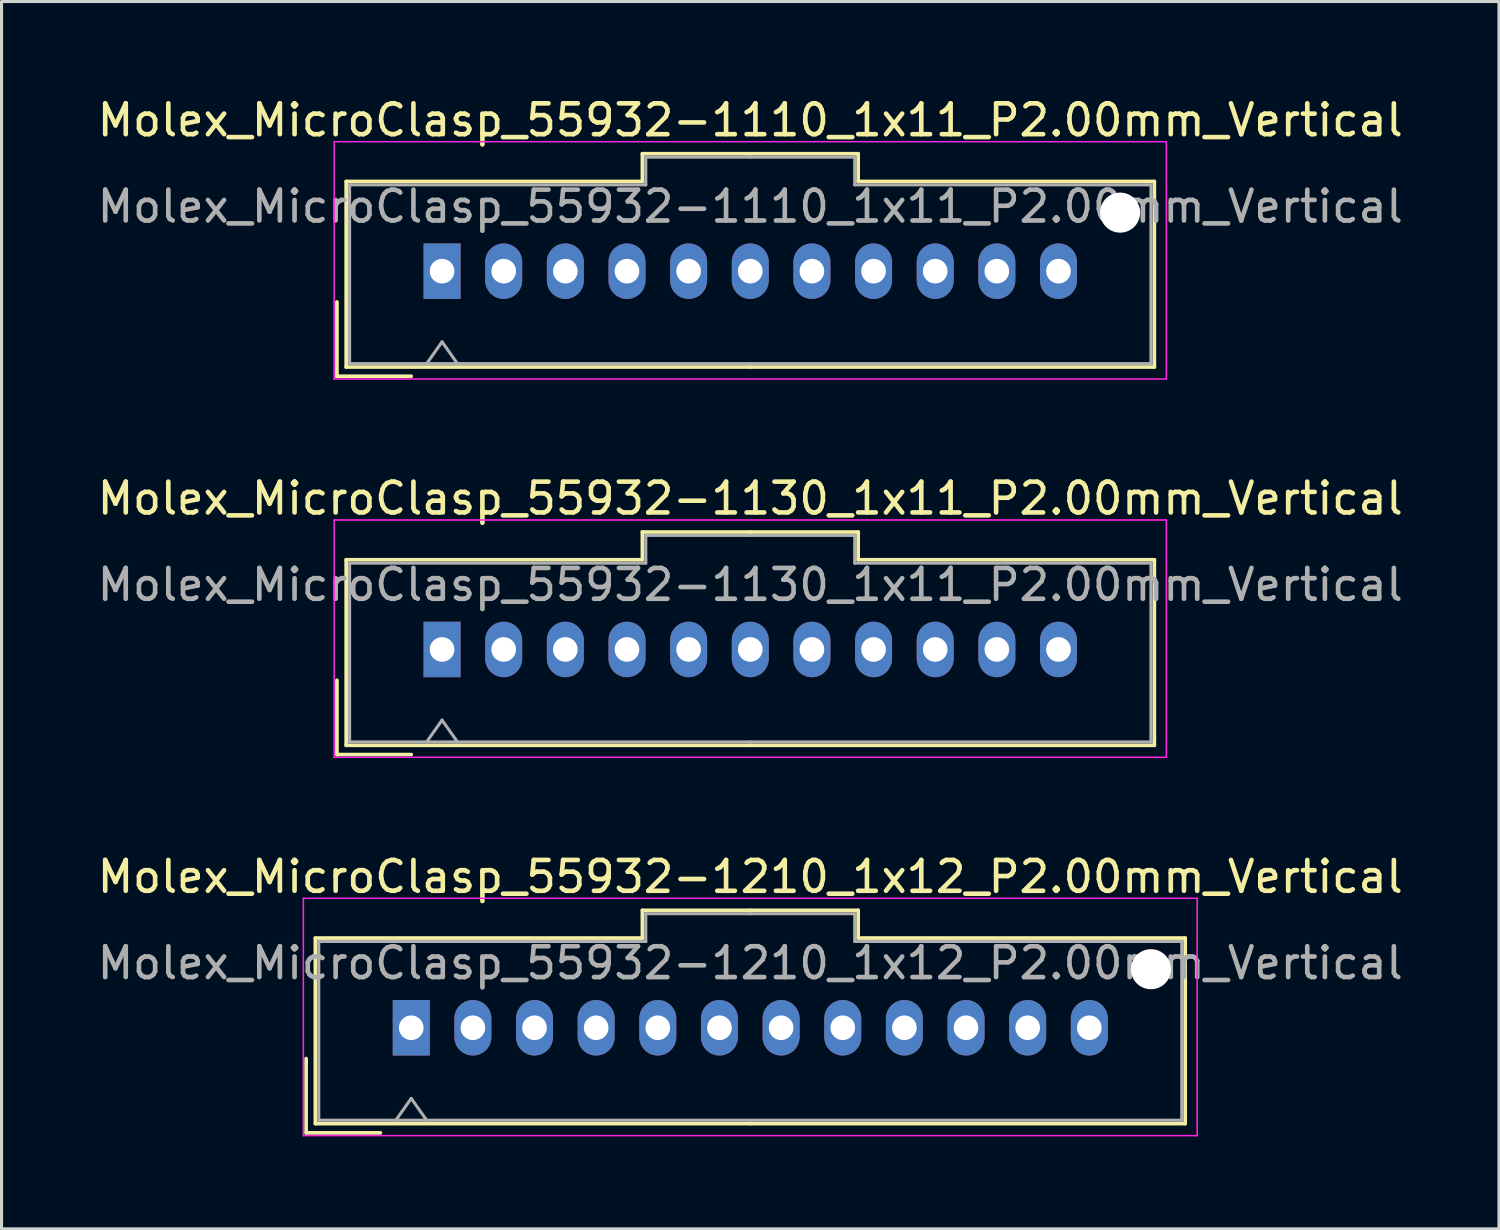
<source format=kicad_pcb>
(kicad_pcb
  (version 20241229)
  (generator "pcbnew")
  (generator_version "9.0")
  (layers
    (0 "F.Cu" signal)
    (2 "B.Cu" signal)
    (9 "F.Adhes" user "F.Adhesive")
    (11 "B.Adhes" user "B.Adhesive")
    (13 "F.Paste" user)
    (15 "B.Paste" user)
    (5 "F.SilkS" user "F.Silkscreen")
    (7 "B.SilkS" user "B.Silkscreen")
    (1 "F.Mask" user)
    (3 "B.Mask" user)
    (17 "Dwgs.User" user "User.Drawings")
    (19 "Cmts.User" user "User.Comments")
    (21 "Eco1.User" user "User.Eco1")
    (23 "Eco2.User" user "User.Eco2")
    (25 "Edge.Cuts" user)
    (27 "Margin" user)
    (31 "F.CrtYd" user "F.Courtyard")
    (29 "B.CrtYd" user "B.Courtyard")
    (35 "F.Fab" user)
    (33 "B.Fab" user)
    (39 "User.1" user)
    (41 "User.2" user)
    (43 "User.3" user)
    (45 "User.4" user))
  (footprint "Molex_MicroClasp_55932-1210_1x12_P2.00mm_Vertical"
    (layer "F.Cu")
    (at 10.292 30.295)
    (property "Reference" "Molex_MicroClasp_55932-1210_1x12_P2.00mm_Vertical" (at 11 -4.9 0) (layer "F.SilkS") (effects (font (size 1 1) (thickness 0.15))))
    (attr through_hole)
    (fp_line (start -3.41 1) (end -3.41 3.41) (stroke (width 0.12) (type solid)) (layer "F.SilkS"))
    (fp_line (start -3.41 3.41) (end -1 3.41) (stroke (width 0.12) (type solid)) (layer "F.SilkS"))
    (fp_line (start -3.11 -2.91) (end -3.11 3.11) (stroke (width 0.12) (type solid)) (layer "F.SilkS"))
    (fp_line (start -3.11 3.11) (end 11 3.11) (stroke (width 0.12) (type solid)) (layer "F.SilkS"))
    (fp_line (start 7.5 -3.81) (end 7.5 -2.91) (stroke (width 0.12) (type solid)) (layer "F.SilkS"))
    (fp_line (start 7.5 -2.91) (end -3.11 -2.91) (stroke (width 0.12) (type solid)) (layer "F.SilkS"))
    (fp_line (start 11 -3.81) (end 7.5 -3.81) (stroke (width 0.12) (type solid)) (layer "F.SilkS"))
    (fp_line (start 11 -3.81) (end 14.5 -3.81) (stroke (width 0.12) (type solid)) (layer "F.SilkS"))
    (fp_line (start 14.5 -3.81) (end 14.5 -2.91) (stroke (width 0.12) (type solid)) (layer "F.SilkS"))
    (fp_line (start 14.5 -2.91) (end 25.11 -2.91) (stroke (width 0.12) (type solid)) (layer "F.SilkS"))
    (fp_line (start 25.11 -2.91) (end 25.11 3.11) (stroke (width 0.12) (type solid)) (layer "F.SilkS"))
    (fp_line (start 25.11 3.11) (end 11 3.11) (stroke (width 0.12) (type solid)) (layer "F.SilkS"))
    (fp_line (start -3.5 -4.2) (end -3.5 3.5) (stroke (width 0.05) (type solid)) (layer "F.CrtYd"))
    (fp_line (start -3.5 3.5) (end 25.5 3.5) (stroke (width 0.05) (type solid)) (layer "F.CrtYd"))
    (fp_line (start 25.5 -4.2) (end -3.5 -4.2) (stroke (width 0.05) (type solid)) (layer "F.CrtYd"))
    (fp_line (start 25.5 3.5) (end 25.5 -4.2) (stroke (width 0.05) (type solid)) (layer "F.CrtYd"))
    (fp_line (start -3 -2.8) (end -3 3) (stroke (width 0.1) (type solid)) (layer "F.Fab"))
    (fp_line (start -3 3) (end 11 3) (stroke (width 0.1) (type solid)) (layer "F.Fab"))
    (fp_line (start -0.5 3) (end 0 2.293) (stroke (width 0.1) (type solid)) (layer "F.Fab"))
    (fp_line (start 0 2.293) (end 0.5 3) (stroke (width 0.1) (type solid)) (layer "F.Fab"))
    (fp_line (start 7.61 -3.7) (end 7.61 -2.8) (stroke (width 0.1) (type solid)) (layer "F.Fab"))
    (fp_line (start 7.61 -2.8) (end -3 -2.8) (stroke (width 0.1) (type solid)) (layer "F.Fab"))
    (fp_line (start 11 -3.7) (end 7.61 -3.7) (stroke (width 0.1) (type solid)) (layer "F.Fab"))
    (fp_line (start 11 -3.7) (end 14.39 -3.7) (stroke (width 0.1) (type solid)) (layer "F.Fab"))
    (fp_line (start 14.39 -3.7) (end 14.39 -2.8) (stroke (width 0.1) (type solid)) (layer "F.Fab"))
    (fp_line (start 14.39 -2.8) (end 25 -2.8) (stroke (width 0.1) (type solid)) (layer "F.Fab"))
    (fp_line (start 25 -2.8) (end 25 3) (stroke (width 0.1) (type solid)) (layer "F.Fab"))
    (fp_line (start 25 3) (end 11 3) (stroke (width 0.1) (type solid)) (layer "F.Fab"))
    (fp_text user "${REFERENCE}" (at 11 -2.1 0) (layer "F.Fab") (effects (font (size 1 1) (thickness 0.15))))
    (pad "" np_thru_hole circle (at 24 -1.9) (size 1.3 1.3) (drill 1.3) (layers "*.Cu" "*.Mask"))
    (pad "1" thru_hole rect (at 0 0) (size 1.2 1.8) (drill 0.8) (layers "*.Cu" "*.Mask"))
    (pad "2" thru_hole oval (at 2 0) (size 1.2 1.8) (drill 0.8) (layers "*.Cu" "*.Mask"))
    (pad "3" thru_hole oval (at 4 0) (size 1.2 1.8) (drill 0.8) (layers "*.Cu" "*.Mask"))
    (pad "4" thru_hole oval (at 6 0) (size 1.2 1.8) (drill 0.8) (layers "*.Cu" "*.Mask"))
    (pad "5" thru_hole oval (at 8 0) (size 1.2 1.8) (drill 0.8) (layers "*.Cu" "*.Mask"))
    (pad "6" thru_hole oval (at 10 0) (size 1.2 1.8) (drill 0.8) (layers "*.Cu" "*.Mask"))
    (pad "7" thru_hole oval (at 12 0) (size 1.2 1.8) (drill 0.8) (layers "*.Cu" "*.Mask"))
    (pad "8" thru_hole oval (at 14 0) (size 1.2 1.8) (drill 0.8) (layers "*.Cu" "*.Mask"))
    (pad "9" thru_hole oval (at 16 0) (size 1.2 1.8) (drill 0.8) (layers "*.Cu" "*.Mask"))
    (pad "10" thru_hole oval (at 18 0) (size 1.2 1.8) (drill 0.8) (layers "*.Cu" "*.Mask"))
    (pad "11" thru_hole oval (at 20 0) (size 1.2 1.8) (drill 0.8) (layers "*.Cu" "*.Mask"))
    (pad "12" thru_hole oval (at 22 0) (size 1.2 1.8) (drill 0.8) (layers "*.Cu" "*.Mask")))
  (footprint "Molex_MicroClasp_55932-1110_1x11_P2.00mm_Vertical"
    (layer "F.Cu")
    (at 11.292 5.748)
    (property "Reference" "Molex_MicroClasp_55932-1110_1x11_P2.00mm_Vertical" (at 10 -4.9 0) (layer "F.SilkS") (effects (font (size 1 1) (thickness 0.15))))
    (attr through_hole)
    (fp_line (start -3.41 1) (end -3.41 3.41) (stroke (width 0.12) (type solid)) (layer "F.SilkS"))
    (fp_line (start -3.41 3.41) (end -1 3.41) (stroke (width 0.12) (type solid)) (layer "F.SilkS"))
    (fp_line (start -3.11 -2.91) (end -3.11 3.11) (stroke (width 0.12) (type solid)) (layer "F.SilkS"))
    (fp_line (start -3.11 3.11) (end 10 3.11) (stroke (width 0.12) (type solid)) (layer "F.SilkS"))
    (fp_line (start 6.5 -3.81) (end 6.5 -2.91) (stroke (width 0.12) (type solid)) (layer "F.SilkS"))
    (fp_line (start 6.5 -2.91) (end -3.11 -2.91) (stroke (width 0.12) (type solid)) (layer "F.SilkS"))
    (fp_line (start 10 -3.81) (end 6.5 -3.81) (stroke (width 0.12) (type solid)) (layer "F.SilkS"))
    (fp_line (start 10 -3.81) (end 13.5 -3.81) (stroke (width 0.12) (type solid)) (layer "F.SilkS"))
    (fp_line (start 13.5 -3.81) (end 13.5 -2.91) (stroke (width 0.12) (type solid)) (layer "F.SilkS"))
    (fp_line (start 13.5 -2.91) (end 23.11 -2.91) (stroke (width 0.12) (type solid)) (layer "F.SilkS"))
    (fp_line (start 23.11 -2.91) (end 23.11 3.11) (stroke (width 0.12) (type solid)) (layer "F.SilkS"))
    (fp_line (start 23.11 3.11) (end 10 3.11) (stroke (width 0.12) (type solid)) (layer "F.SilkS"))
    (fp_line (start -3.5 -4.2) (end -3.5 3.5) (stroke (width 0.05) (type solid)) (layer "F.CrtYd"))
    (fp_line (start -3.5 3.5) (end 23.5 3.5) (stroke (width 0.05) (type solid)) (layer "F.CrtYd"))
    (fp_line (start 23.5 -4.2) (end -3.5 -4.2) (stroke (width 0.05) (type solid)) (layer "F.CrtYd"))
    (fp_line (start 23.5 3.5) (end 23.5 -4.2) (stroke (width 0.05) (type solid)) (layer "F.CrtYd"))
    (fp_line (start -3 -2.8) (end -3 3) (stroke (width 0.1) (type solid)) (layer "F.Fab"))
    (fp_line (start -3 3) (end 10 3) (stroke (width 0.1) (type solid)) (layer "F.Fab"))
    (fp_line (start -0.5 3) (end 0 2.293) (stroke (width 0.1) (type solid)) (layer "F.Fab"))
    (fp_line (start 0 2.293) (end 0.5 3) (stroke (width 0.1) (type solid)) (layer "F.Fab"))
    (fp_line (start 6.61 -3.7) (end 6.61 -2.8) (stroke (width 0.1) (type solid)) (layer "F.Fab"))
    (fp_line (start 6.61 -2.8) (end -3 -2.8) (stroke (width 0.1) (type solid)) (layer "F.Fab"))
    (fp_line (start 10 -3.7) (end 6.61 -3.7) (stroke (width 0.1) (type solid)) (layer "F.Fab"))
    (fp_line (start 10 -3.7) (end 13.39 -3.7) (stroke (width 0.1) (type solid)) (layer "F.Fab"))
    (fp_line (start 13.39 -3.7) (end 13.39 -2.8) (stroke (width 0.1) (type solid)) (layer "F.Fab"))
    (fp_line (start 13.39 -2.8) (end 23 -2.8) (stroke (width 0.1) (type solid)) (layer "F.Fab"))
    (fp_line (start 23 -2.8) (end 23 3) (stroke (width 0.1) (type solid)) (layer "F.Fab"))
    (fp_line (start 23 3) (end 10 3) (stroke (width 0.1) (type solid)) (layer "F.Fab"))
    (fp_text user "${REFERENCE}" (at 10 -2.1 0) (layer "F.Fab") (effects (font (size 1 1) (thickness 0.15))))
    (pad "" np_thru_hole circle (at 22 -1.9) (size 1.3 1.3) (drill 1.3) (layers "*.Cu" "*.Mask"))
    (pad "1" thru_hole rect (at 0 0) (size 1.2 1.8) (drill 0.8) (layers "*.Cu" "*.Mask"))
    (pad "2" thru_hole oval (at 2 0) (size 1.2 1.8) (drill 0.8) (layers "*.Cu" "*.Mask"))
    (pad "3" thru_hole oval (at 4 0) (size 1.2 1.8) (drill 0.8) (layers "*.Cu" "*.Mask"))
    (pad "4" thru_hole oval (at 6 0) (size 1.2 1.8) (drill 0.8) (layers "*.Cu" "*.Mask"))
    (pad "5" thru_hole oval (at 8 0) (size 1.2 1.8) (drill 0.8) (layers "*.Cu" "*.Mask"))
    (pad "6" thru_hole oval (at 10 0) (size 1.2 1.8) (drill 0.8) (layers "*.Cu" "*.Mask"))
    (pad "7" thru_hole oval (at 12 0) (size 1.2 1.8) (drill 0.8) (layers "*.Cu" "*.Mask"))
    (pad "8" thru_hole oval (at 14 0) (size 1.2 1.8) (drill 0.8) (layers "*.Cu" "*.Mask"))
    (pad "9" thru_hole oval (at 16 0) (size 1.2 1.8) (drill 0.8) (layers "*.Cu" "*.Mask"))
    (pad "10" thru_hole oval (at 18 0) (size 1.2 1.8) (drill 0.8) (layers "*.Cu" "*.Mask"))
    (pad "11" thru_hole oval (at 20 0) (size 1.2 1.8) (drill 0.8) (layers "*.Cu" "*.Mask")))
  (footprint "Molex_MicroClasp_55932-1130_1x11_P2.00mm_Vertical"
    (layer "F.Cu")
    (at 11.292 18.021)
    (property "Reference" "Molex_MicroClasp_55932-1130_1x11_P2.00mm_Vertical" (at 10 -4.9 0) (layer "F.SilkS") (effects (font (size 1 1) (thickness 0.15))))
    (attr through_hole)
    (fp_line (start -3.41 1) (end -3.41 3.41) (stroke (width 0.12) (type solid)) (layer "F.SilkS"))
    (fp_line (start -3.41 3.41) (end -1 3.41) (stroke (width 0.12) (type solid)) (layer "F.SilkS"))
    (fp_line (start -3.11 -2.91) (end -3.11 3.11) (stroke (width 0.12) (type solid)) (layer "F.SilkS"))
    (fp_line (start -3.11 3.11) (end 10 3.11) (stroke (width 0.12) (type solid)) (layer "F.SilkS"))
    (fp_line (start 6.5 -3.81) (end 6.5 -2.91) (stroke (width 0.12) (type solid)) (layer "F.SilkS"))
    (fp_line (start 6.5 -2.91) (end -3.11 -2.91) (stroke (width 0.12) (type solid)) (layer "F.SilkS"))
    (fp_line (start 10 -3.81) (end 6.5 -3.81) (stroke (width 0.12) (type solid)) (layer "F.SilkS"))
    (fp_line (start 10 -3.81) (end 13.5 -3.81) (stroke (width 0.12) (type solid)) (layer "F.SilkS"))
    (fp_line (start 13.5 -3.81) (end 13.5 -2.91) (stroke (width 0.12) (type solid)) (layer "F.SilkS"))
    (fp_line (start 13.5 -2.91) (end 23.11 -2.91) (stroke (width 0.12) (type solid)) (layer "F.SilkS"))
    (fp_line (start 23.11 -2.91) (end 23.11 3.11) (stroke (width 0.12) (type solid)) (layer "F.SilkS"))
    (fp_line (start 23.11 3.11) (end 10 3.11) (stroke (width 0.12) (type solid)) (layer "F.SilkS"))
    (fp_line (start -3.5 -4.2) (end -3.5 3.5) (stroke (width 0.05) (type solid)) (layer "F.CrtYd"))
    (fp_line (start -3.5 3.5) (end 23.5 3.5) (stroke (width 0.05) (type solid)) (layer "F.CrtYd"))
    (fp_line (start 23.5 -4.2) (end -3.5 -4.2) (stroke (width 0.05) (type solid)) (layer "F.CrtYd"))
    (fp_line (start 23.5 3.5) (end 23.5 -4.2) (stroke (width 0.05) (type solid)) (layer "F.CrtYd"))
    (fp_line (start -3 -2.8) (end -3 3) (stroke (width 0.1) (type solid)) (layer "F.Fab"))
    (fp_line (start -3 3) (end 10 3) (stroke (width 0.1) (type solid)) (layer "F.Fab"))
    (fp_line (start -0.5 3) (end 0 2.293) (stroke (width 0.1) (type solid)) (layer "F.Fab"))
    (fp_line (start 0 2.293) (end 0.5 3) (stroke (width 0.1) (type solid)) (layer "F.Fab"))
    (fp_line (start 6.61 -3.7) (end 6.61 -2.8) (stroke (width 0.1) (type solid)) (layer "F.Fab"))
    (fp_line (start 6.61 -2.8) (end -3 -2.8) (stroke (width 0.1) (type solid)) (layer "F.Fab"))
    (fp_line (start 10 -3.7) (end 6.61 -3.7) (stroke (width 0.1) (type solid)) (layer "F.Fab"))
    (fp_line (start 10 -3.7) (end 13.39 -3.7) (stroke (width 0.1) (type solid)) (layer "F.Fab"))
    (fp_line (start 13.39 -3.7) (end 13.39 -2.8) (stroke (width 0.1) (type solid)) (layer "F.Fab"))
    (fp_line (start 13.39 -2.8) (end 23 -2.8) (stroke (width 0.1) (type solid)) (layer "F.Fab"))
    (fp_line (start 23 -2.8) (end 23 3) (stroke (width 0.1) (type solid)) (layer "F.Fab"))
    (fp_line (start 23 3) (end 10 3) (stroke (width 0.1) (type solid)) (layer "F.Fab"))
    (fp_text user "${REFERENCE}" (at 10 -2.1 0) (layer "F.Fab") (effects (font (size 1 1) (thickness 0.15))))
    (pad "1" thru_hole rect (at 0 0) (size 1.2 1.8) (drill 0.8) (layers "*.Cu" "*.Mask"))
    (pad "2" thru_hole oval (at 2 0) (size 1.2 1.8) (drill 0.8) (layers "*.Cu" "*.Mask"))
    (pad "3" thru_hole oval (at 4 0) (size 1.2 1.8) (drill 0.8) (layers "*.Cu" "*.Mask"))
    (pad "4" thru_hole oval (at 6 0) (size 1.2 1.8) (drill 0.8) (layers "*.Cu" "*.Mask"))
    (pad "5" thru_hole oval (at 8 0) (size 1.2 1.8) (drill 0.8) (layers "*.Cu" "*.Mask"))
    (pad "6" thru_hole oval (at 10 0) (size 1.2 1.8) (drill 0.8) (layers "*.Cu" "*.Mask"))
    (pad "7" thru_hole oval (at 12 0) (size 1.2 1.8) (drill 0.8) (layers "*.Cu" "*.Mask"))
    (pad "8" thru_hole oval (at 14 0) (size 1.2 1.8) (drill 0.8) (layers "*.Cu" "*.Mask"))
    (pad "9" thru_hole oval (at 16 0) (size 1.2 1.8) (drill 0.8) (layers "*.Cu" "*.Mask"))
    (pad "10" thru_hole oval (at 18 0) (size 1.2 1.8) (drill 0.8) (layers "*.Cu" "*.Mask"))
    (pad "11" thru_hole oval (at 20 0) (size 1.2 1.8) (drill 0.8) (layers "*.Cu" "*.Mask")))
  (gr_rect
    (start -3 -3)
    (end 45.583 36.82)
    (stroke (width 0.1) (type default))
    (fill no)
    (layer "Edge.Cuts")))
</source>
